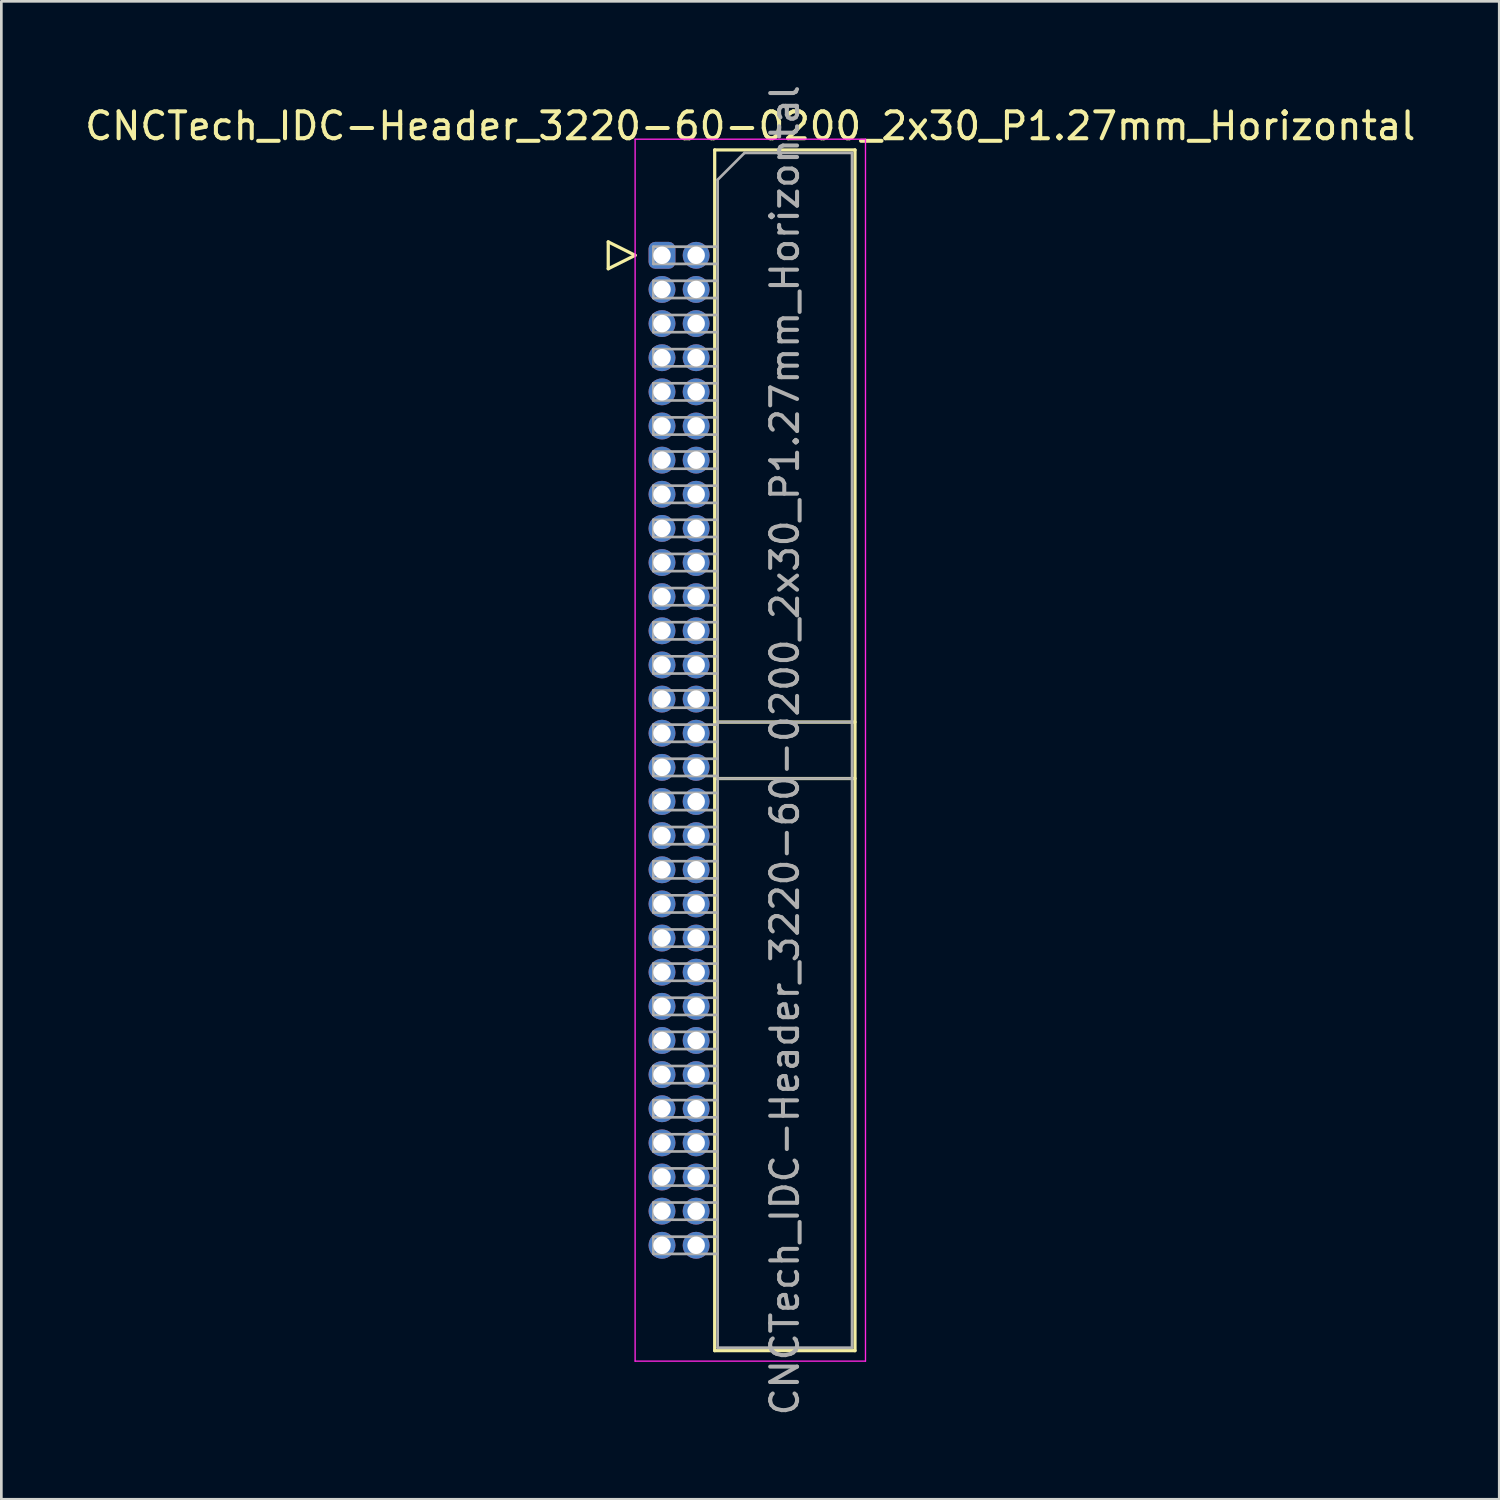
<source format=kicad_pcb>
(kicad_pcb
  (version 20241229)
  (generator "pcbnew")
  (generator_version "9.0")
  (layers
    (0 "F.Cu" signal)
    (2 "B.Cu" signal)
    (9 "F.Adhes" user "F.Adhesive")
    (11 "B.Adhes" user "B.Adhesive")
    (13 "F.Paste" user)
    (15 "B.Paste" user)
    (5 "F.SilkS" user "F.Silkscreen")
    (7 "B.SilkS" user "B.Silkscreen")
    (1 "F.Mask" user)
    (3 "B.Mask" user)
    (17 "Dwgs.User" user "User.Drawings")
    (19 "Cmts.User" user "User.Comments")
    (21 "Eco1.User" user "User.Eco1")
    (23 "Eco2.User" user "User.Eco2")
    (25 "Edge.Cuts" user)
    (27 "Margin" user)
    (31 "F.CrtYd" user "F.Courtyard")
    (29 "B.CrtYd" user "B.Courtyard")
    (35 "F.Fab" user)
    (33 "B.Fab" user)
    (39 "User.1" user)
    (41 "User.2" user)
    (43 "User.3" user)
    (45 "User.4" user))
  (footprint "CNCTech_IDC-Header_3220-60-0200_2x30_P1.27mm_Horizontal"
    (layer "F.Cu")
    (at 21.578 6.448)
    (property "Reference" "CNCTech_IDC-Header_3220-60-0200_2x30_P1.27mm_Horizontal" (at 3.285 -4.81 0) (layer "F.SilkS") (effects (font (size 1 1) (thickness 0.15))))
    (attr through_hole)
    (fp_line (start -2 -0.5) (end -2 0.5) (stroke (width 0.12) (type solid)) (layer "F.SilkS"))
    (fp_line (start -2 0.5) (end -1 0) (stroke (width 0.12) (type solid)) (layer "F.SilkS"))
    (fp_line (start -1 0) (end -2 -0.5) (stroke (width 0.12) (type solid)) (layer "F.SilkS"))
    (fp_line (start 1.96 -3.92) (end 7.18 -3.92) (stroke (width 0.12) (type solid)) (layer "F.SilkS"))
    (fp_line (start 1.96 17.365) (end 7.18 17.365) (stroke (width 0.12) (type solid)) (layer "F.SilkS"))
    (fp_line (start 1.96 19.465) (end 7.18 19.465) (stroke (width 0.12) (type solid)) (layer "F.SilkS"))
    (fp_line (start 1.96 40.75) (end 1.96 -3.92) (stroke (width 0.12) (type solid)) (layer "F.SilkS"))
    (fp_line (start 7.18 -3.92) (end 7.18 40.75) (stroke (width 0.12) (type solid)) (layer "F.SilkS"))
    (fp_line (start 7.18 40.75) (end 1.96 40.75) (stroke (width 0.12) (type solid)) (layer "F.SilkS"))
    (fp_line (start -1 -4.32) (end -1 41.14) (stroke (width 0.05) (type solid)) (layer "F.CrtYd"))
    (fp_line (start -1 41.14) (end 7.57 41.14) (stroke (width 0.05) (type solid)) (layer "F.CrtYd"))
    (fp_line (start 7.57 -4.32) (end -1 -4.32) (stroke (width 0.05) (type solid)) (layer "F.CrtYd"))
    (fp_line (start 7.57 41.14) (end 7.57 -4.32) (stroke (width 0.05) (type solid)) (layer "F.CrtYd"))
    (fp_line (start -0.32 -0.32) (end -0.32 0.32) (stroke (width 0.1) (type solid)) (layer "F.Fab"))
    (fp_line (start -0.32 0.32) (end 2.07 0.32) (stroke (width 0.1) (type solid)) (layer "F.Fab"))
    (fp_line (start -0.32 0.95) (end -0.32 1.59) (stroke (width 0.1) (type solid)) (layer "F.Fab"))
    (fp_line (start -0.32 1.59) (end 2.07 1.59) (stroke (width 0.1) (type solid)) (layer "F.Fab"))
    (fp_line (start -0.32 2.22) (end -0.32 2.86) (stroke (width 0.1) (type solid)) (layer "F.Fab"))
    (fp_line (start -0.32 2.86) (end 2.07 2.86) (stroke (width 0.1) (type solid)) (layer "F.Fab"))
    (fp_line (start -0.32 3.49) (end -0.32 4.13) (stroke (width 0.1) (type solid)) (layer "F.Fab"))
    (fp_line (start -0.32 4.13) (end 2.07 4.13) (stroke (width 0.1) (type solid)) (layer "F.Fab"))
    (fp_line (start -0.32 4.76) (end -0.32 5.4) (stroke (width 0.1) (type solid)) (layer "F.Fab"))
    (fp_line (start -0.32 5.4) (end 2.07 5.4) (stroke (width 0.1) (type solid)) (layer "F.Fab"))
    (fp_line (start -0.32 6.03) (end -0.32 6.67) (stroke (width 0.1) (type solid)) (layer "F.Fab"))
    (fp_line (start -0.32 6.67) (end 2.07 6.67) (stroke (width 0.1) (type solid)) (layer "F.Fab"))
    (fp_line (start -0.32 7.3) (end -0.32 7.94) (stroke (width 0.1) (type solid)) (layer "F.Fab"))
    (fp_line (start -0.32 7.94) (end 2.07 7.94) (stroke (width 0.1) (type solid)) (layer "F.Fab"))
    (fp_line (start -0.32 8.57) (end -0.32 9.21) (stroke (width 0.1) (type solid)) (layer "F.Fab"))
    (fp_line (start -0.32 9.21) (end 2.07 9.21) (stroke (width 0.1) (type solid)) (layer "F.Fab"))
    (fp_line (start -0.32 9.84) (end -0.32 10.48) (stroke (width 0.1) (type solid)) (layer "F.Fab"))
    (fp_line (start -0.32 10.48) (end 2.07 10.48) (stroke (width 0.1) (type solid)) (layer "F.Fab"))
    (fp_line (start -0.32 11.11) (end -0.32 11.75) (stroke (width 0.1) (type solid)) (layer "F.Fab"))
    (fp_line (start -0.32 11.75) (end 2.07 11.75) (stroke (width 0.1) (type solid)) (layer "F.Fab"))
    (fp_line (start -0.32 12.38) (end -0.32 13.02) (stroke (width 0.1) (type solid)) (layer "F.Fab"))
    (fp_line (start -0.32 13.02) (end 2.07 13.02) (stroke (width 0.1) (type solid)) (layer "F.Fab"))
    (fp_line (start -0.32 13.65) (end -0.32 14.29) (stroke (width 0.1) (type solid)) (layer "F.Fab"))
    (fp_line (start -0.32 14.29) (end 2.07 14.29) (stroke (width 0.1) (type solid)) (layer "F.Fab"))
    (fp_line (start -0.32 14.92) (end -0.32 15.56) (stroke (width 0.1) (type solid)) (layer "F.Fab"))
    (fp_line (start -0.32 15.56) (end 2.07 15.56) (stroke (width 0.1) (type solid)) (layer "F.Fab"))
    (fp_line (start -0.32 16.19) (end -0.32 16.83) (stroke (width 0.1) (type solid)) (layer "F.Fab"))
    (fp_line (start -0.32 16.83) (end 2.07 16.83) (stroke (width 0.1) (type solid)) (layer "F.Fab"))
    (fp_line (start -0.32 17.46) (end -0.32 18.1) (stroke (width 0.1) (type solid)) (layer "F.Fab"))
    (fp_line (start -0.32 18.1) (end 2.07 18.1) (stroke (width 0.1) (type solid)) (layer "F.Fab"))
    (fp_line (start -0.32 18.73) (end -0.32 19.37) (stroke (width 0.1) (type solid)) (layer "F.Fab"))
    (fp_line (start -0.32 19.37) (end 2.07 19.37) (stroke (width 0.1) (type solid)) (layer "F.Fab"))
    (fp_line (start -0.32 20) (end -0.32 20.64) (stroke (width 0.1) (type solid)) (layer "F.Fab"))
    (fp_line (start -0.32 20.64) (end 2.07 20.64) (stroke (width 0.1) (type solid)) (layer "F.Fab"))
    (fp_line (start -0.32 21.27) (end -0.32 21.91) (stroke (width 0.1) (type solid)) (layer "F.Fab"))
    (fp_line (start -0.32 21.91) (end 2.07 21.91) (stroke (width 0.1) (type solid)) (layer "F.Fab"))
    (fp_line (start -0.32 22.54) (end -0.32 23.18) (stroke (width 0.1) (type solid)) (layer "F.Fab"))
    (fp_line (start -0.32 23.18) (end 2.07 23.18) (stroke (width 0.1) (type solid)) (layer "F.Fab"))
    (fp_line (start -0.32 23.81) (end -0.32 24.45) (stroke (width 0.1) (type solid)) (layer "F.Fab"))
    (fp_line (start -0.32 24.45) (end 2.07 24.45) (stroke (width 0.1) (type solid)) (layer "F.Fab"))
    (fp_line (start -0.32 25.08) (end -0.32 25.72) (stroke (width 0.1) (type solid)) (layer "F.Fab"))
    (fp_line (start -0.32 25.72) (end 2.07 25.72) (stroke (width 0.1) (type solid)) (layer "F.Fab"))
    (fp_line (start -0.32 26.35) (end -0.32 26.99) (stroke (width 0.1) (type solid)) (layer "F.Fab"))
    (fp_line (start -0.32 26.99) (end 2.07 26.99) (stroke (width 0.1) (type solid)) (layer "F.Fab"))
    (fp_line (start -0.32 27.62) (end -0.32 28.26) (stroke (width 0.1) (type solid)) (layer "F.Fab"))
    (fp_line (start -0.32 28.26) (end 2.07 28.26) (stroke (width 0.1) (type solid)) (layer "F.Fab"))
    (fp_line (start -0.32 28.89) (end -0.32 29.53) (stroke (width 0.1) (type solid)) (layer "F.Fab"))
    (fp_line (start -0.32 29.53) (end 2.07 29.53) (stroke (width 0.1) (type solid)) (layer "F.Fab"))
    (fp_line (start -0.32 30.16) (end -0.32 30.8) (stroke (width 0.1) (type solid)) (layer "F.Fab"))
    (fp_line (start -0.32 30.8) (end 2.07 30.8) (stroke (width 0.1) (type solid)) (layer "F.Fab"))
    (fp_line (start -0.32 31.43) (end -0.32 32.07) (stroke (width 0.1) (type solid)) (layer "F.Fab"))
    (fp_line (start -0.32 32.07) (end 2.07 32.07) (stroke (width 0.1) (type solid)) (layer "F.Fab"))
    (fp_line (start -0.32 32.7) (end -0.32 33.34) (stroke (width 0.1) (type solid)) (layer "F.Fab"))
    (fp_line (start -0.32 33.34) (end 2.07 33.34) (stroke (width 0.1) (type solid)) (layer "F.Fab"))
    (fp_line (start -0.32 33.97) (end -0.32 34.61) (stroke (width 0.1) (type solid)) (layer "F.Fab"))
    (fp_line (start -0.32 34.61) (end 2.07 34.61) (stroke (width 0.1) (type solid)) (layer "F.Fab"))
    (fp_line (start -0.32 35.24) (end -0.32 35.88) (stroke (width 0.1) (type solid)) (layer "F.Fab"))
    (fp_line (start -0.32 35.88) (end 2.07 35.88) (stroke (width 0.1) (type solid)) (layer "F.Fab"))
    (fp_line (start -0.32 36.51) (end -0.32 37.15) (stroke (width 0.1) (type solid)) (layer "F.Fab"))
    (fp_line (start -0.32 37.15) (end 2.07 37.15) (stroke (width 0.1) (type solid)) (layer "F.Fab"))
    (fp_line (start 2.07 -2.81) (end 3.07 -3.81) (stroke (width 0.1) (type solid)) (layer "F.Fab"))
    (fp_line (start 2.07 -0.32) (end -0.32 -0.32) (stroke (width 0.1) (type solid)) (layer "F.Fab"))
    (fp_line (start 2.07 0.95) (end -0.32 0.95) (stroke (width 0.1) (type solid)) (layer "F.Fab"))
    (fp_line (start 2.07 2.22) (end -0.32 2.22) (stroke (width 0.1) (type solid)) (layer "F.Fab"))
    (fp_line (start 2.07 3.49) (end -0.32 3.49) (stroke (width 0.1) (type solid)) (layer "F.Fab"))
    (fp_line (start 2.07 4.76) (end -0.32 4.76) (stroke (width 0.1) (type solid)) (layer "F.Fab"))
    (fp_line (start 2.07 6.03) (end -0.32 6.03) (stroke (width 0.1) (type solid)) (layer "F.Fab"))
    (fp_line (start 2.07 7.3) (end -0.32 7.3) (stroke (width 0.1) (type solid)) (layer "F.Fab"))
    (fp_line (start 2.07 8.57) (end -0.32 8.57) (stroke (width 0.1) (type solid)) (layer "F.Fab"))
    (fp_line (start 2.07 9.84) (end -0.32 9.84) (stroke (width 0.1) (type solid)) (layer "F.Fab"))
    (fp_line (start 2.07 11.11) (end -0.32 11.11) (stroke (width 0.1) (type solid)) (layer "F.Fab"))
    (fp_line (start 2.07 12.38) (end -0.32 12.38) (stroke (width 0.1) (type solid)) (layer "F.Fab"))
    (fp_line (start 2.07 13.65) (end -0.32 13.65) (stroke (width 0.1) (type solid)) (layer "F.Fab"))
    (fp_line (start 2.07 14.92) (end -0.32 14.92) (stroke (width 0.1) (type solid)) (layer "F.Fab"))
    (fp_line (start 2.07 16.19) (end -0.32 16.19) (stroke (width 0.1) (type solid)) (layer "F.Fab"))
    (fp_line (start 2.07 17.365) (end 7.07 17.365) (stroke (width 0.1) (type solid)) (layer "F.Fab"))
    (fp_line (start 2.07 17.46) (end -0.32 17.46) (stroke (width 0.1) (type solid)) (layer "F.Fab"))
    (fp_line (start 2.07 18.73) (end -0.32 18.73) (stroke (width 0.1) (type solid)) (layer "F.Fab"))
    (fp_line (start 2.07 19.465) (end 7.07 19.465) (stroke (width 0.1) (type solid)) (layer "F.Fab"))
    (fp_line (start 2.07 20) (end -0.32 20) (stroke (width 0.1) (type solid)) (layer "F.Fab"))
    (fp_line (start 2.07 21.27) (end -0.32 21.27) (stroke (width 0.1) (type solid)) (layer "F.Fab"))
    (fp_line (start 2.07 22.54) (end -0.32 22.54) (stroke (width 0.1) (type solid)) (layer "F.Fab"))
    (fp_line (start 2.07 23.81) (end -0.32 23.81) (stroke (width 0.1) (type solid)) (layer "F.Fab"))
    (fp_line (start 2.07 25.08) (end -0.32 25.08) (stroke (width 0.1) (type solid)) (layer "F.Fab"))
    (fp_line (start 2.07 26.35) (end -0.32 26.35) (stroke (width 0.1) (type solid)) (layer "F.Fab"))
    (fp_line (start 2.07 27.62) (end -0.32 27.62) (stroke (width 0.1) (type solid)) (layer "F.Fab"))
    (fp_line (start 2.07 28.89) (end -0.32 28.89) (stroke (width 0.1) (type solid)) (layer "F.Fab"))
    (fp_line (start 2.07 30.16) (end -0.32 30.16) (stroke (width 0.1) (type solid)) (layer "F.Fab"))
    (fp_line (start 2.07 31.43) (end -0.32 31.43) (stroke (width 0.1) (type solid)) (layer "F.Fab"))
    (fp_line (start 2.07 32.7) (end -0.32 32.7) (stroke (width 0.1) (type solid)) (layer "F.Fab"))
    (fp_line (start 2.07 33.97) (end -0.32 33.97) (stroke (width 0.1) (type solid)) (layer "F.Fab"))
    (fp_line (start 2.07 35.24) (end -0.32 35.24) (stroke (width 0.1) (type solid)) (layer "F.Fab"))
    (fp_line (start 2.07 36.51) (end -0.32 36.51) (stroke (width 0.1) (type solid)) (layer "F.Fab"))
    (fp_line (start 2.07 40.64) (end 2.07 -2.81) (stroke (width 0.1) (type solid)) (layer "F.Fab"))
    (fp_line (start 3.07 -3.81) (end 7.07 -3.81) (stroke (width 0.1) (type solid)) (layer "F.Fab"))
    (fp_line (start 7.07 -3.81) (end 7.07 40.64) (stroke (width 0.1) (type solid)) (layer "F.Fab"))
    (fp_line (start 7.07 40.64) (end 2.07 40.64) (stroke (width 0.1) (type solid)) (layer "F.Fab"))
    (fp_text user "${REFERENCE}" (at 4.57 18.415 90) (layer "F.Fab") (effects (font (size 1 1) (thickness 0.15))))
    (pad "1" thru_hole roundrect (at 0 0) (size 1 1) (drill 0.65) (layers "*.Cu" "*.Mask") (roundrect_rratio 0.25))
    (pad "2" thru_hole circle (at 1.27 0) (size 1 1) (drill 0.65) (layers "*.Cu" "*.Mask"))
    (pad "3" thru_hole circle (at 0 1.27) (size 1 1) (drill 0.65) (layers "*.Cu" "*.Mask"))
    (pad "4" thru_hole circle (at 1.27 1.27) (size 1 1) (drill 0.65) (layers "*.Cu" "*.Mask"))
    (pad "5" thru_hole circle (at 0 2.54) (size 1 1) (drill 0.65) (layers "*.Cu" "*.Mask"))
    (pad "6" thru_hole circle (at 1.27 2.54) (size 1 1) (drill 0.65) (layers "*.Cu" "*.Mask"))
    (pad "7" thru_hole circle (at 0 3.81) (size 1 1) (drill 0.65) (layers "*.Cu" "*.Mask"))
    (pad "8" thru_hole circle (at 1.27 3.81) (size 1 1) (drill 0.65) (layers "*.Cu" "*.Mask"))
    (pad "9" thru_hole circle (at 0 5.08) (size 1 1) (drill 0.65) (layers "*.Cu" "*.Mask"))
    (pad "10" thru_hole circle (at 1.27 5.08) (size 1 1) (drill 0.65) (layers "*.Cu" "*.Mask"))
    (pad "11" thru_hole circle (at 0 6.35) (size 1 1) (drill 0.65) (layers "*.Cu" "*.Mask"))
    (pad "12" thru_hole circle (at 1.27 6.35) (size 1 1) (drill 0.65) (layers "*.Cu" "*.Mask"))
    (pad "13" thru_hole circle (at 0 7.62) (size 1 1) (drill 0.65) (layers "*.Cu" "*.Mask"))
    (pad "14" thru_hole circle (at 1.27 7.62) (size 1 1) (drill 0.65) (layers "*.Cu" "*.Mask"))
    (pad "15" thru_hole circle (at 0 8.89) (size 1 1) (drill 0.65) (layers "*.Cu" "*.Mask"))
    (pad "16" thru_hole circle (at 1.27 8.89) (size 1 1) (drill 0.65) (layers "*.Cu" "*.Mask"))
    (pad "17" thru_hole circle (at 0 10.16) (size 1 1) (drill 0.65) (layers "*.Cu" "*.Mask"))
    (pad "18" thru_hole circle (at 1.27 10.16) (size 1 1) (drill 0.65) (layers "*.Cu" "*.Mask"))
    (pad "19" thru_hole circle (at 0 11.43) (size 1 1) (drill 0.65) (layers "*.Cu" "*.Mask"))
    (pad "20" thru_hole circle (at 1.27 11.43) (size 1 1) (drill 0.65) (layers "*.Cu" "*.Mask"))
    (pad "21" thru_hole circle (at 0 12.7) (size 1 1) (drill 0.65) (layers "*.Cu" "*.Mask"))
    (pad "22" thru_hole circle (at 1.27 12.7) (size 1 1) (drill 0.65) (layers "*.Cu" "*.Mask"))
    (pad "23" thru_hole circle (at 0 13.97) (size 1 1) (drill 0.65) (layers "*.Cu" "*.Mask"))
    (pad "24" thru_hole circle (at 1.27 13.97) (size 1 1) (drill 0.65) (layers "*.Cu" "*.Mask"))
    (pad "25" thru_hole circle (at 0 15.24) (size 1 1) (drill 0.65) (layers "*.Cu" "*.Mask"))
    (pad "26" thru_hole circle (at 1.27 15.24) (size 1 1) (drill 0.65) (layers "*.Cu" "*.Mask"))
    (pad "27" thru_hole circle (at 0 16.51) (size 1 1) (drill 0.65) (layers "*.Cu" "*.Mask"))
    (pad "28" thru_hole circle (at 1.27 16.51) (size 1 1) (drill 0.65) (layers "*.Cu" "*.Mask"))
    (pad "29" thru_hole circle (at 0 17.78) (size 1 1) (drill 0.65) (layers "*.Cu" "*.Mask"))
    (pad "30" thru_hole circle (at 1.27 17.78) (size 1 1) (drill 0.65) (layers "*.Cu" "*.Mask"))
    (pad "31" thru_hole circle (at 0 19.05) (size 1 1) (drill 0.65) (layers "*.Cu" "*.Mask"))
    (pad "32" thru_hole circle (at 1.27 19.05) (size 1 1) (drill 0.65) (layers "*.Cu" "*.Mask"))
    (pad "33" thru_hole circle (at 0 20.32) (size 1 1) (drill 0.65) (layers "*.Cu" "*.Mask"))
    (pad "34" thru_hole circle (at 1.27 20.32) (size 1 1) (drill 0.65) (layers "*.Cu" "*.Mask"))
    (pad "35" thru_hole circle (at 0 21.59) (size 1 1) (drill 0.65) (layers "*.Cu" "*.Mask"))
    (pad "36" thru_hole circle (at 1.27 21.59) (size 1 1) (drill 0.65) (layers "*.Cu" "*.Mask"))
    (pad "37" thru_hole circle (at 0 22.86) (size 1 1) (drill 0.65) (layers "*.Cu" "*.Mask"))
    (pad "38" thru_hole circle (at 1.27 22.86) (size 1 1) (drill 0.65) (layers "*.Cu" "*.Mask"))
    (pad "39" thru_hole circle (at 0 24.13) (size 1 1) (drill 0.65) (layers "*.Cu" "*.Mask"))
    (pad "40" thru_hole circle (at 1.27 24.13) (size 1 1) (drill 0.65) (layers "*.Cu" "*.Mask"))
    (pad "41" thru_hole circle (at 0 25.4) (size 1 1) (drill 0.65) (layers "*.Cu" "*.Mask"))
    (pad "42" thru_hole circle (at 1.27 25.4) (size 1 1) (drill 0.65) (layers "*.Cu" "*.Mask"))
    (pad "43" thru_hole circle (at 0 26.67) (size 1 1) (drill 0.65) (layers "*.Cu" "*.Mask"))
    (pad "44" thru_hole circle (at 1.27 26.67) (size 1 1) (drill 0.65) (layers "*.Cu" "*.Mask"))
    (pad "45" thru_hole circle (at 0 27.94) (size 1 1) (drill 0.65) (layers "*.Cu" "*.Mask"))
    (pad "46" thru_hole circle (at 1.27 27.94) (size 1 1) (drill 0.65) (layers "*.Cu" "*.Mask"))
    (pad "47" thru_hole circle (at 0 29.21) (size 1 1) (drill 0.65) (layers "*.Cu" "*.Mask"))
    (pad "48" thru_hole circle (at 1.27 29.21) (size 1 1) (drill 0.65) (layers "*.Cu" "*.Mask"))
    (pad "49" thru_hole circle (at 0 30.48) (size 1 1) (drill 0.65) (layers "*.Cu" "*.Mask"))
    (pad "50" thru_hole circle (at 1.27 30.48) (size 1 1) (drill 0.65) (layers "*.Cu" "*.Mask"))
    (pad "51" thru_hole circle (at 0 31.75) (size 1 1) (drill 0.65) (layers "*.Cu" "*.Mask"))
    (pad "52" thru_hole circle (at 1.27 31.75) (size 1 1) (drill 0.65) (layers "*.Cu" "*.Mask"))
    (pad "53" thru_hole circle (at 0 33.02) (size 1 1) (drill 0.65) (layers "*.Cu" "*.Mask"))
    (pad "54" thru_hole circle (at 1.27 33.02) (size 1 1) (drill 0.65) (layers "*.Cu" "*.Mask"))
    (pad "55" thru_hole circle (at 0 34.29) (size 1 1) (drill 0.65) (layers "*.Cu" "*.Mask"))
    (pad "56" thru_hole circle (at 1.27 34.29) (size 1 1) (drill 0.65) (layers "*.Cu" "*.Mask"))
    (pad "57" thru_hole circle (at 0 35.56) (size 1 1) (drill 0.65) (layers "*.Cu" "*.Mask"))
    (pad "58" thru_hole circle (at 1.27 35.56) (size 1 1) (drill 0.65) (layers "*.Cu" "*.Mask"))
    (pad "59" thru_hole circle (at 0 36.83) (size 1 1) (drill 0.65) (layers "*.Cu" "*.Mask"))
    (pad "60" thru_hole circle (at 1.27 36.83) (size 1 1) (drill 0.65) (layers "*.Cu" "*.Mask")))
  (gr_rect
    (start -3 -3)
    (end 52.726 52.726)
    (stroke (width 0.1) (type default))
    (fill no)
    (layer "Edge.Cuts")))
</source>
